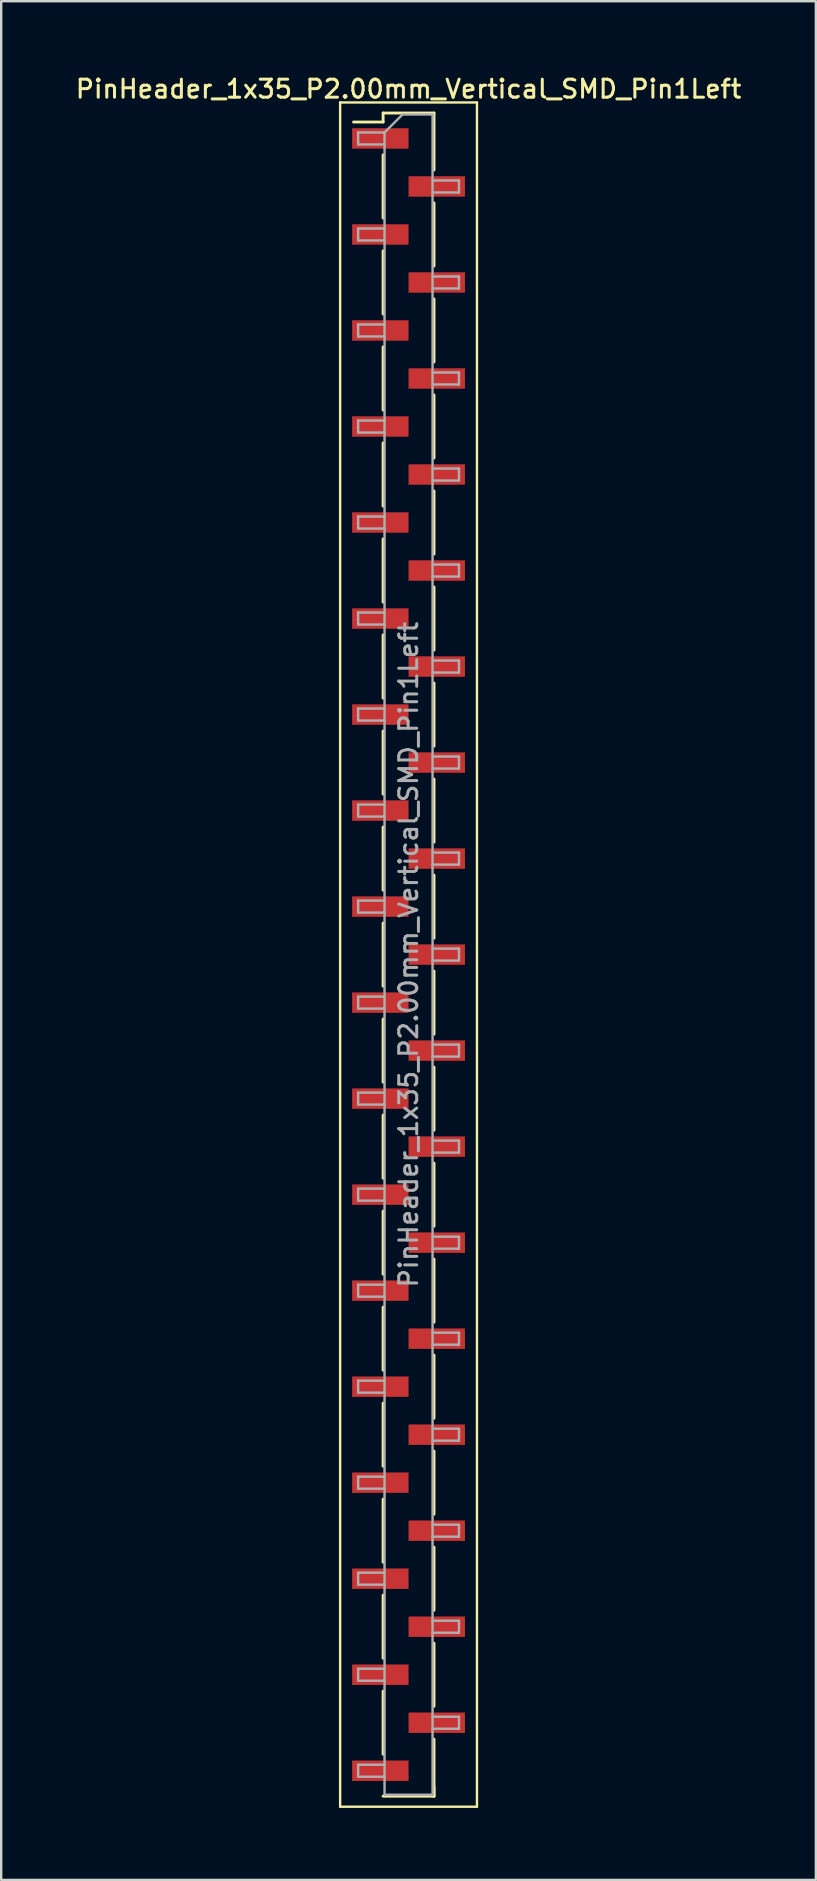
<source format=kicad_pcb>
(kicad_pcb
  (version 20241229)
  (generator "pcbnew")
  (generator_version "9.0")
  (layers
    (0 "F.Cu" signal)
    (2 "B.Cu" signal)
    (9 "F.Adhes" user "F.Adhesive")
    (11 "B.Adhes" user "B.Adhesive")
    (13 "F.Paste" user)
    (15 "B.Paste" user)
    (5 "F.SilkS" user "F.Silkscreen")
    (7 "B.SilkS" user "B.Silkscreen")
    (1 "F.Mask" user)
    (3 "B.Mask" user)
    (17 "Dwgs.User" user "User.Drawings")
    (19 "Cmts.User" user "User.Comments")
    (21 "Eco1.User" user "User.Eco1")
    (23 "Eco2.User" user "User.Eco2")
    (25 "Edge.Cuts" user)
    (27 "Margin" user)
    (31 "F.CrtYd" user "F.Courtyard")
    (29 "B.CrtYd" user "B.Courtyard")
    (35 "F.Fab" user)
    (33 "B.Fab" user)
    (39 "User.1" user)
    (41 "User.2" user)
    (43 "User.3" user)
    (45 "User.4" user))
  (footprint "PinHeader_1x35_P2.00mm_Vertical_SMD_Pin1Left"
    (layer "F.Cu")
    (at 13.97 36.718)
    (property "Reference" "PinHeader_1x35_P2.00mm_Vertical_SMD_Pin1Left" (at 0 -36.06 0) (layer "F.SilkS") (effects (font (size 0.75 0.75) (thickness 0.125))))
    (attr smd)
    (fp_line (start -2.85 -35.5) (end -2.85 35.5) (stroke (width 0.1) (type solid)) (layer "F.SilkS"))
    (fp_line (start -2.85 35.5) (end 2.85 35.5) (stroke (width 0.1) (type solid)) (layer "F.SilkS"))
    (fp_line (start -1.06 -35.06) (end -1.06 -34.685) (stroke (width 0.12) (type solid)) (layer "F.SilkS"))
    (fp_line (start -1.06 -35.06) (end 1.06 -35.06) (stroke (width 0.12) (type solid)) (layer "F.SilkS"))
    (fp_line (start -1.06 -34.685) (end -2.29 -34.685) (stroke (width 0.12) (type solid)) (layer "F.SilkS"))
    (fp_line (start -1.06 -33.315) (end -1.06 -30.685) (stroke (width 0.12) (type solid)) (layer "F.SilkS"))
    (fp_line (start -1.06 -29.315) (end -1.06 -26.685) (stroke (width 0.12) (type solid)) (layer "F.SilkS"))
    (fp_line (start -1.06 -25.315) (end -1.06 -22.685) (stroke (width 0.12) (type solid)) (layer "F.SilkS"))
    (fp_line (start -1.06 -21.315) (end -1.06 -18.685) (stroke (width 0.12) (type solid)) (layer "F.SilkS"))
    (fp_line (start -1.06 -17.315) (end -1.06 -14.685) (stroke (width 0.12) (type solid)) (layer "F.SilkS"))
    (fp_line (start -1.06 -13.315) (end -1.06 -10.685) (stroke (width 0.12) (type solid)) (layer "F.SilkS"))
    (fp_line (start -1.06 -9.315) (end -1.06 -6.685) (stroke (width 0.12) (type solid)) (layer "F.SilkS"))
    (fp_line (start -1.06 -5.315) (end -1.06 -2.685) (stroke (width 0.12) (type solid)) (layer "F.SilkS"))
    (fp_line (start -1.06 -1.315) (end -1.06 1.315) (stroke (width 0.12) (type solid)) (layer "F.SilkS"))
    (fp_line (start -1.06 2.685) (end -1.06 5.315) (stroke (width 0.12) (type solid)) (layer "F.SilkS"))
    (fp_line (start -1.06 6.685) (end -1.06 9.315) (stroke (width 0.12) (type solid)) (layer "F.SilkS"))
    (fp_line (start -1.06 10.685) (end -1.06 13.315) (stroke (width 0.12) (type solid)) (layer "F.SilkS"))
    (fp_line (start -1.06 14.685) (end -1.06 17.315) (stroke (width 0.12) (type solid)) (layer "F.SilkS"))
    (fp_line (start -1.06 18.685) (end -1.06 21.315) (stroke (width 0.12) (type solid)) (layer "F.SilkS"))
    (fp_line (start -1.06 22.685) (end -1.06 25.315) (stroke (width 0.12) (type solid)) (layer "F.SilkS"))
    (fp_line (start -1.06 26.685) (end -1.06 29.315) (stroke (width 0.12) (type solid)) (layer "F.SilkS"))
    (fp_line (start -1.06 30.685) (end -1.06 33.315) (stroke (width 0.12) (type solid)) (layer "F.SilkS"))
    (fp_line (start -1.06 35.06) (end 1.06 35.06) (stroke (width 0.12) (type solid)) (layer "F.SilkS"))
    (fp_line (start 1.06 -35.06) (end 1.06 -32.685) (stroke (width 0.12) (type solid)) (layer "F.SilkS"))
    (fp_line (start 1.06 -31.315) (end 1.06 -28.685) (stroke (width 0.12) (type solid)) (layer "F.SilkS"))
    (fp_line (start 1.06 -27.315) (end 1.06 -24.685) (stroke (width 0.12) (type solid)) (layer "F.SilkS"))
    (fp_line (start 1.06 -23.315) (end 1.06 -20.685) (stroke (width 0.12) (type solid)) (layer "F.SilkS"))
    (fp_line (start 1.06 -19.315) (end 1.06 -16.685) (stroke (width 0.12) (type solid)) (layer "F.SilkS"))
    (fp_line (start 1.06 -15.315) (end 1.06 -12.685) (stroke (width 0.12) (type solid)) (layer "F.SilkS"))
    (fp_line (start 1.06 -11.315) (end 1.06 -8.685) (stroke (width 0.12) (type solid)) (layer "F.SilkS"))
    (fp_line (start 1.06 -7.315) (end 1.06 -4.685) (stroke (width 0.12) (type solid)) (layer "F.SilkS"))
    (fp_line (start 1.06 -3.315) (end 1.06 -0.685) (stroke (width 0.12) (type solid)) (layer "F.SilkS"))
    (fp_line (start 1.06 0.685) (end 1.06 3.315) (stroke (width 0.12) (type solid)) (layer "F.SilkS"))
    (fp_line (start 1.06 4.685) (end 1.06 7.315) (stroke (width 0.12) (type solid)) (layer "F.SilkS"))
    (fp_line (start 1.06 8.685) (end 1.06 11.315) (stroke (width 0.12) (type solid)) (layer "F.SilkS"))
    (fp_line (start 1.06 12.685) (end 1.06 15.315) (stroke (width 0.12) (type solid)) (layer "F.SilkS"))
    (fp_line (start 1.06 16.685) (end 1.06 19.315) (stroke (width 0.12) (type solid)) (layer "F.SilkS"))
    (fp_line (start 1.06 20.685) (end 1.06 23.315) (stroke (width 0.12) (type solid)) (layer "F.SilkS"))
    (fp_line (start 1.06 24.685) (end 1.06 27.315) (stroke (width 0.12) (type solid)) (layer "F.SilkS"))
    (fp_line (start 1.06 28.685) (end 1.06 31.315) (stroke (width 0.12) (type solid)) (layer "F.SilkS"))
    (fp_line (start 1.06 32.685) (end 1.06 35.06) (stroke (width 0.12) (type solid)) (layer "F.SilkS"))
    (fp_line (start 1.06 34.685) (end 1.06 35.06) (stroke (width 0.12) (type solid)) (layer "F.SilkS"))
    (fp_line (start 2.85 -35.5) (end -2.85 -35.5) (stroke (width 0.1) (type solid)) (layer "F.SilkS"))
    (fp_line (start 2.85 35.5) (end 2.85 -35.5) (stroke (width 0.1) (type solid)) (layer "F.SilkS"))
    (fp_line (start -2.1 -34.25) (end -2.1 -33.75) (stroke (width 0.1) (type solid)) (layer "F.Fab"))
    (fp_line (start -2.1 -33.75) (end -1 -33.75) (stroke (width 0.1) (type solid)) (layer "F.Fab"))
    (fp_line (start -2.1 -30.25) (end -2.1 -29.75) (stroke (width 0.1) (type solid)) (layer "F.Fab"))
    (fp_line (start -2.1 -29.75) (end -1 -29.75) (stroke (width 0.1) (type solid)) (layer "F.Fab"))
    (fp_line (start -2.1 -26.25) (end -2.1 -25.75) (stroke (width 0.1) (type solid)) (layer "F.Fab"))
    (fp_line (start -2.1 -25.75) (end -1 -25.75) (stroke (width 0.1) (type solid)) (layer "F.Fab"))
    (fp_line (start -2.1 -22.25) (end -2.1 -21.75) (stroke (width 0.1) (type solid)) (layer "F.Fab"))
    (fp_line (start -2.1 -21.75) (end -1 -21.75) (stroke (width 0.1) (type solid)) (layer "F.Fab"))
    (fp_line (start -2.1 -18.25) (end -2.1 -17.75) (stroke (width 0.1) (type solid)) (layer "F.Fab"))
    (fp_line (start -2.1 -17.75) (end -1 -17.75) (stroke (width 0.1) (type solid)) (layer "F.Fab"))
    (fp_line (start -2.1 -14.25) (end -2.1 -13.75) (stroke (width 0.1) (type solid)) (layer "F.Fab"))
    (fp_line (start -2.1 -13.75) (end -1 -13.75) (stroke (width 0.1) (type solid)) (layer "F.Fab"))
    (fp_line (start -2.1 -10.25) (end -2.1 -9.75) (stroke (width 0.1) (type solid)) (layer "F.Fab"))
    (fp_line (start -2.1 -9.75) (end -1 -9.75) (stroke (width 0.1) (type solid)) (layer "F.Fab"))
    (fp_line (start -2.1 -6.25) (end -2.1 -5.75) (stroke (width 0.1) (type solid)) (layer "F.Fab"))
    (fp_line (start -2.1 -5.75) (end -1 -5.75) (stroke (width 0.1) (type solid)) (layer "F.Fab"))
    (fp_line (start -2.1 -2.25) (end -2.1 -1.75) (stroke (width 0.1) (type solid)) (layer "F.Fab"))
    (fp_line (start -2.1 -1.75) (end -1 -1.75) (stroke (width 0.1) (type solid)) (layer "F.Fab"))
    (fp_line (start -2.1 1.75) (end -2.1 2.25) (stroke (width 0.1) (type solid)) (layer "F.Fab"))
    (fp_line (start -2.1 2.25) (end -1 2.25) (stroke (width 0.1) (type solid)) (layer "F.Fab"))
    (fp_line (start -2.1 5.75) (end -2.1 6.25) (stroke (width 0.1) (type solid)) (layer "F.Fab"))
    (fp_line (start -2.1 6.25) (end -1 6.25) (stroke (width 0.1) (type solid)) (layer "F.Fab"))
    (fp_line (start -2.1 9.75) (end -2.1 10.25) (stroke (width 0.1) (type solid)) (layer "F.Fab"))
    (fp_line (start -2.1 10.25) (end -1 10.25) (stroke (width 0.1) (type solid)) (layer "F.Fab"))
    (fp_line (start -2.1 13.75) (end -2.1 14.25) (stroke (width 0.1) (type solid)) (layer "F.Fab"))
    (fp_line (start -2.1 14.25) (end -1 14.25) (stroke (width 0.1) (type solid)) (layer "F.Fab"))
    (fp_line (start -2.1 17.75) (end -2.1 18.25) (stroke (width 0.1) (type solid)) (layer "F.Fab"))
    (fp_line (start -2.1 18.25) (end -1 18.25) (stroke (width 0.1) (type solid)) (layer "F.Fab"))
    (fp_line (start -2.1 21.75) (end -2.1 22.25) (stroke (width 0.1) (type solid)) (layer "F.Fab"))
    (fp_line (start -2.1 22.25) (end -1 22.25) (stroke (width 0.1) (type solid)) (layer "F.Fab"))
    (fp_line (start -2.1 25.75) (end -2.1 26.25) (stroke (width 0.1) (type solid)) (layer "F.Fab"))
    (fp_line (start -2.1 26.25) (end -1 26.25) (stroke (width 0.1) (type solid)) (layer "F.Fab"))
    (fp_line (start -2.1 29.75) (end -2.1 30.25) (stroke (width 0.1) (type solid)) (layer "F.Fab"))
    (fp_line (start -2.1 30.25) (end -1 30.25) (stroke (width 0.1) (type solid)) (layer "F.Fab"))
    (fp_line (start -2.1 33.75) (end -2.1 34.25) (stroke (width 0.1) (type solid)) (layer "F.Fab"))
    (fp_line (start -2.1 34.25) (end -1 34.25) (stroke (width 0.1) (type solid)) (layer "F.Fab"))
    (fp_line (start -1 -34.25) (end -2.1 -34.25) (stroke (width 0.1) (type solid)) (layer "F.Fab"))
    (fp_line (start -1 -34.25) (end -0.25 -35) (stroke (width 0.1) (type solid)) (layer "F.Fab"))
    (fp_line (start -1 -30.25) (end -2.1 -30.25) (stroke (width 0.1) (type solid)) (layer "F.Fab"))
    (fp_line (start -1 -26.25) (end -2.1 -26.25) (stroke (width 0.1) (type solid)) (layer "F.Fab"))
    (fp_line (start -1 -22.25) (end -2.1 -22.25) (stroke (width 0.1) (type solid)) (layer "F.Fab"))
    (fp_line (start -1 -18.25) (end -2.1 -18.25) (stroke (width 0.1) (type solid)) (layer "F.Fab"))
    (fp_line (start -1 -14.25) (end -2.1 -14.25) (stroke (width 0.1) (type solid)) (layer "F.Fab"))
    (fp_line (start -1 -10.25) (end -2.1 -10.25) (stroke (width 0.1) (type solid)) (layer "F.Fab"))
    (fp_line (start -1 -6.25) (end -2.1 -6.25) (stroke (width 0.1) (type solid)) (layer "F.Fab"))
    (fp_line (start -1 -2.25) (end -2.1 -2.25) (stroke (width 0.1) (type solid)) (layer "F.Fab"))
    (fp_line (start -1 1.75) (end -2.1 1.75) (stroke (width 0.1) (type solid)) (layer "F.Fab"))
    (fp_line (start -1 5.75) (end -2.1 5.75) (stroke (width 0.1) (type solid)) (layer "F.Fab"))
    (fp_line (start -1 9.75) (end -2.1 9.75) (stroke (width 0.1) (type solid)) (layer "F.Fab"))
    (fp_line (start -1 13.75) (end -2.1 13.75) (stroke (width 0.1) (type solid)) (layer "F.Fab"))
    (fp_line (start -1 17.75) (end -2.1 17.75) (stroke (width 0.1) (type solid)) (layer "F.Fab"))
    (fp_line (start -1 21.75) (end -2.1 21.75) (stroke (width 0.1) (type solid)) (layer "F.Fab"))
    (fp_line (start -1 25.75) (end -2.1 25.75) (stroke (width 0.1) (type solid)) (layer "F.Fab"))
    (fp_line (start -1 29.75) (end -2.1 29.75) (stroke (width 0.1) (type solid)) (layer "F.Fab"))
    (fp_line (start -1 33.75) (end -2.1 33.75) (stroke (width 0.1) (type solid)) (layer "F.Fab"))
    (fp_line (start -1 35) (end -1 -34.25) (stroke (width 0.1) (type solid)) (layer "F.Fab"))
    (fp_line (start -0.25 -35) (end 1 -35) (stroke (width 0.1) (type solid)) (layer "F.Fab"))
    (fp_line (start 1 -35) (end 1 35) (stroke (width 0.1) (type solid)) (layer "F.Fab"))
    (fp_line (start 1 -32.25) (end 2.1 -32.25) (stroke (width 0.1) (type solid)) (layer "F.Fab"))
    (fp_line (start 1 -28.25) (end 2.1 -28.25) (stroke (width 0.1) (type solid)) (layer "F.Fab"))
    (fp_line (start 1 -24.25) (end 2.1 -24.25) (stroke (width 0.1) (type solid)) (layer "F.Fab"))
    (fp_line (start 1 -20.25) (end 2.1 -20.25) (stroke (width 0.1) (type solid)) (layer "F.Fab"))
    (fp_line (start 1 -16.25) (end 2.1 -16.25) (stroke (width 0.1) (type solid)) (layer "F.Fab"))
    (fp_line (start 1 -12.25) (end 2.1 -12.25) (stroke (width 0.1) (type solid)) (layer "F.Fab"))
    (fp_line (start 1 -8.25) (end 2.1 -8.25) (stroke (width 0.1) (type solid)) (layer "F.Fab"))
    (fp_line (start 1 -4.25) (end 2.1 -4.25) (stroke (width 0.1) (type solid)) (layer "F.Fab"))
    (fp_line (start 1 -0.25) (end 2.1 -0.25) (stroke (width 0.1) (type solid)) (layer "F.Fab"))
    (fp_line (start 1 3.75) (end 2.1 3.75) (stroke (width 0.1) (type solid)) (layer "F.Fab"))
    (fp_line (start 1 7.75) (end 2.1 7.75) (stroke (width 0.1) (type solid)) (layer "F.Fab"))
    (fp_line (start 1 11.75) (end 2.1 11.75) (stroke (width 0.1) (type solid)) (layer "F.Fab"))
    (fp_line (start 1 15.75) (end 2.1 15.75) (stroke (width 0.1) (type solid)) (layer "F.Fab"))
    (fp_line (start 1 19.75) (end 2.1 19.75) (stroke (width 0.1) (type solid)) (layer "F.Fab"))
    (fp_line (start 1 23.75) (end 2.1 23.75) (stroke (width 0.1) (type solid)) (layer "F.Fab"))
    (fp_line (start 1 27.75) (end 2.1 27.75) (stroke (width 0.1) (type solid)) (layer "F.Fab"))
    (fp_line (start 1 31.75) (end 2.1 31.75) (stroke (width 0.1) (type solid)) (layer "F.Fab"))
    (fp_line (start 1 35) (end -1 35) (stroke (width 0.1) (type solid)) (layer "F.Fab"))
    (fp_line (start 2.1 -32.25) (end 2.1 -31.75) (stroke (width 0.1) (type solid)) (layer "F.Fab"))
    (fp_line (start 2.1 -31.75) (end 1 -31.75) (stroke (width 0.1) (type solid)) (layer "F.Fab"))
    (fp_line (start 2.1 -28.25) (end 2.1 -27.75) (stroke (width 0.1) (type solid)) (layer "F.Fab"))
    (fp_line (start 2.1 -27.75) (end 1 -27.75) (stroke (width 0.1) (type solid)) (layer "F.Fab"))
    (fp_line (start 2.1 -24.25) (end 2.1 -23.75) (stroke (width 0.1) (type solid)) (layer "F.Fab"))
    (fp_line (start 2.1 -23.75) (end 1 -23.75) (stroke (width 0.1) (type solid)) (layer "F.Fab"))
    (fp_line (start 2.1 -20.25) (end 2.1 -19.75) (stroke (width 0.1) (type solid)) (layer "F.Fab"))
    (fp_line (start 2.1 -19.75) (end 1 -19.75) (stroke (width 0.1) (type solid)) (layer "F.Fab"))
    (fp_line (start 2.1 -16.25) (end 2.1 -15.75) (stroke (width 0.1) (type solid)) (layer "F.Fab"))
    (fp_line (start 2.1 -15.75) (end 1 -15.75) (stroke (width 0.1) (type solid)) (layer "F.Fab"))
    (fp_line (start 2.1 -12.25) (end 2.1 -11.75) (stroke (width 0.1) (type solid)) (layer "F.Fab"))
    (fp_line (start 2.1 -11.75) (end 1 -11.75) (stroke (width 0.1) (type solid)) (layer "F.Fab"))
    (fp_line (start 2.1 -8.25) (end 2.1 -7.75) (stroke (width 0.1) (type solid)) (layer "F.Fab"))
    (fp_line (start 2.1 -7.75) (end 1 -7.75) (stroke (width 0.1) (type solid)) (layer "F.Fab"))
    (fp_line (start 2.1 -4.25) (end 2.1 -3.75) (stroke (width 0.1) (type solid)) (layer "F.Fab"))
    (fp_line (start 2.1 -3.75) (end 1 -3.75) (stroke (width 0.1) (type solid)) (layer "F.Fab"))
    (fp_line (start 2.1 -0.25) (end 2.1 0.25) (stroke (width 0.1) (type solid)) (layer "F.Fab"))
    (fp_line (start 2.1 0.25) (end 1 0.25) (stroke (width 0.1) (type solid)) (layer "F.Fab"))
    (fp_line (start 2.1 3.75) (end 2.1 4.25) (stroke (width 0.1) (type solid)) (layer "F.Fab"))
    (fp_line (start 2.1 4.25) (end 1 4.25) (stroke (width 0.1) (type solid)) (layer "F.Fab"))
    (fp_line (start 2.1 7.75) (end 2.1 8.25) (stroke (width 0.1) (type solid)) (layer "F.Fab"))
    (fp_line (start 2.1 8.25) (end 1 8.25) (stroke (width 0.1) (type solid)) (layer "F.Fab"))
    (fp_line (start 2.1 11.75) (end 2.1 12.25) (stroke (width 0.1) (type solid)) (layer "F.Fab"))
    (fp_line (start 2.1 12.25) (end 1 12.25) (stroke (width 0.1) (type solid)) (layer "F.Fab"))
    (fp_line (start 2.1 15.75) (end 2.1 16.25) (stroke (width 0.1) (type solid)) (layer "F.Fab"))
    (fp_line (start 2.1 16.25) (end 1 16.25) (stroke (width 0.1) (type solid)) (layer "F.Fab"))
    (fp_line (start 2.1 19.75) (end 2.1 20.25) (stroke (width 0.1) (type solid)) (layer "F.Fab"))
    (fp_line (start 2.1 20.25) (end 1 20.25) (stroke (width 0.1) (type solid)) (layer "F.Fab"))
    (fp_line (start 2.1 23.75) (end 2.1 24.25) (stroke (width 0.1) (type solid)) (layer "F.Fab"))
    (fp_line (start 2.1 24.25) (end 1 24.25) (stroke (width 0.1) (type solid)) (layer "F.Fab"))
    (fp_line (start 2.1 27.75) (end 2.1 28.25) (stroke (width 0.1) (type solid)) (layer "F.Fab"))
    (fp_line (start 2.1 28.25) (end 1 28.25) (stroke (width 0.1) (type solid)) (layer "F.Fab"))
    (fp_line (start 2.1 31.75) (end 2.1 32.25) (stroke (width 0.1) (type solid)) (layer "F.Fab"))
    (fp_line (start 2.1 32.25) (end 1 32.25) (stroke (width 0.1) (type solid)) (layer "F.Fab"))
    (fp_text user "${REFERENCE}" (at 0 0 90) (layer "F.Fab") (effects (font (size 0.75 0.75) (thickness 0.125))))
    (pad "1" smd rect (at -1.175 -34) (size 2.35 0.85) (layers "F.Cu" "F.Mask" "F.Paste"))
    (pad "2" smd rect (at 1.175 -32) (size 2.35 0.85) (layers "F.Cu" "F.Mask" "F.Paste"))
    (pad "3" smd rect (at -1.175 -30) (size 2.35 0.85) (layers "F.Cu" "F.Mask" "F.Paste"))
    (pad "4" smd rect (at 1.175 -28) (size 2.35 0.85) (layers "F.Cu" "F.Mask" "F.Paste"))
    (pad "5" smd rect (at -1.175 -26) (size 2.35 0.85) (layers "F.Cu" "F.Mask" "F.Paste"))
    (pad "6" smd rect (at 1.175 -24) (size 2.35 0.85) (layers "F.Cu" "F.Mask" "F.Paste"))
    (pad "7" smd rect (at -1.175 -22) (size 2.35 0.85) (layers "F.Cu" "F.Mask" "F.Paste"))
    (pad "8" smd rect (at 1.175 -20) (size 2.35 0.85) (layers "F.Cu" "F.Mask" "F.Paste"))
    (pad "9" smd rect (at -1.175 -18) (size 2.35 0.85) (layers "F.Cu" "F.Mask" "F.Paste"))
    (pad "10" smd rect (at 1.175 -16) (size 2.35 0.85) (layers "F.Cu" "F.Mask" "F.Paste"))
    (pad "11" smd rect (at -1.175 -14) (size 2.35 0.85) (layers "F.Cu" "F.Mask" "F.Paste"))
    (pad "12" smd rect (at 1.175 -12) (size 2.35 0.85) (layers "F.Cu" "F.Mask" "F.Paste"))
    (pad "13" smd rect (at -1.175 -10) (size 2.35 0.85) (layers "F.Cu" "F.Mask" "F.Paste"))
    (pad "14" smd rect (at 1.175 -8) (size 2.35 0.85) (layers "F.Cu" "F.Mask" "F.Paste"))
    (pad "15" smd rect (at -1.175 -6) (size 2.35 0.85) (layers "F.Cu" "F.Mask" "F.Paste"))
    (pad "16" smd rect (at 1.175 -4) (size 2.35 0.85) (layers "F.Cu" "F.Mask" "F.Paste"))
    (pad "17" smd rect (at -1.175 -2) (size 2.35 0.85) (layers "F.Cu" "F.Mask" "F.Paste"))
    (pad "18" smd rect (at 1.175 0) (size 2.35 0.85) (layers "F.Cu" "F.Mask" "F.Paste"))
    (pad "19" smd rect (at -1.175 2) (size 2.35 0.85) (layers "F.Cu" "F.Mask" "F.Paste"))
    (pad "20" smd rect (at 1.175 4) (size 2.35 0.85) (layers "F.Cu" "F.Mask" "F.Paste"))
    (pad "21" smd rect (at -1.175 6) (size 2.35 0.85) (layers "F.Cu" "F.Mask" "F.Paste"))
    (pad "22" smd rect (at 1.175 8) (size 2.35 0.85) (layers "F.Cu" "F.Mask" "F.Paste"))
    (pad "23" smd rect (at -1.175 10) (size 2.35 0.85) (layers "F.Cu" "F.Mask" "F.Paste"))
    (pad "24" smd rect (at 1.175 12) (size 2.35 0.85) (layers "F.Cu" "F.Mask" "F.Paste"))
    (pad "25" smd rect (at -1.175 14) (size 2.35 0.85) (layers "F.Cu" "F.Mask" "F.Paste"))
    (pad "26" smd rect (at 1.175 16) (size 2.35 0.85) (layers "F.Cu" "F.Mask" "F.Paste"))
    (pad "27" smd rect (at -1.175 18) (size 2.35 0.85) (layers "F.Cu" "F.Mask" "F.Paste"))
    (pad "28" smd rect (at 1.175 20) (size 2.35 0.85) (layers "F.Cu" "F.Mask" "F.Paste"))
    (pad "29" smd rect (at -1.175 22) (size 2.35 0.85) (layers "F.Cu" "F.Mask" "F.Paste"))
    (pad "30" smd rect (at 1.175 24) (size 2.35 0.85) (layers "F.Cu" "F.Mask" "F.Paste"))
    (pad "31" smd rect (at -1.175 26) (size 2.35 0.85) (layers "F.Cu" "F.Mask" "F.Paste"))
    (pad "32" smd rect (at 1.175 28) (size 2.35 0.85) (layers "F.Cu" "F.Mask" "F.Paste"))
    (pad "33" smd rect (at -1.175 30) (size 2.35 0.85) (layers "F.Cu" "F.Mask" "F.Paste"))
    (pad "34" smd rect (at 1.175 32) (size 2.35 0.85) (layers "F.Cu" "F.Mask" "F.Paste"))
    (pad "35" smd rect (at -1.175 34) (size 2.35 0.85) (layers "F.Cu" "F.Mask" "F.Paste")))
  (gr_rect
    (start -3 -3)
    (end 30.939 75.268)
    (stroke (width 0.1) (type default))
    (fill no)
    (layer "Edge.Cuts")))
</source>
